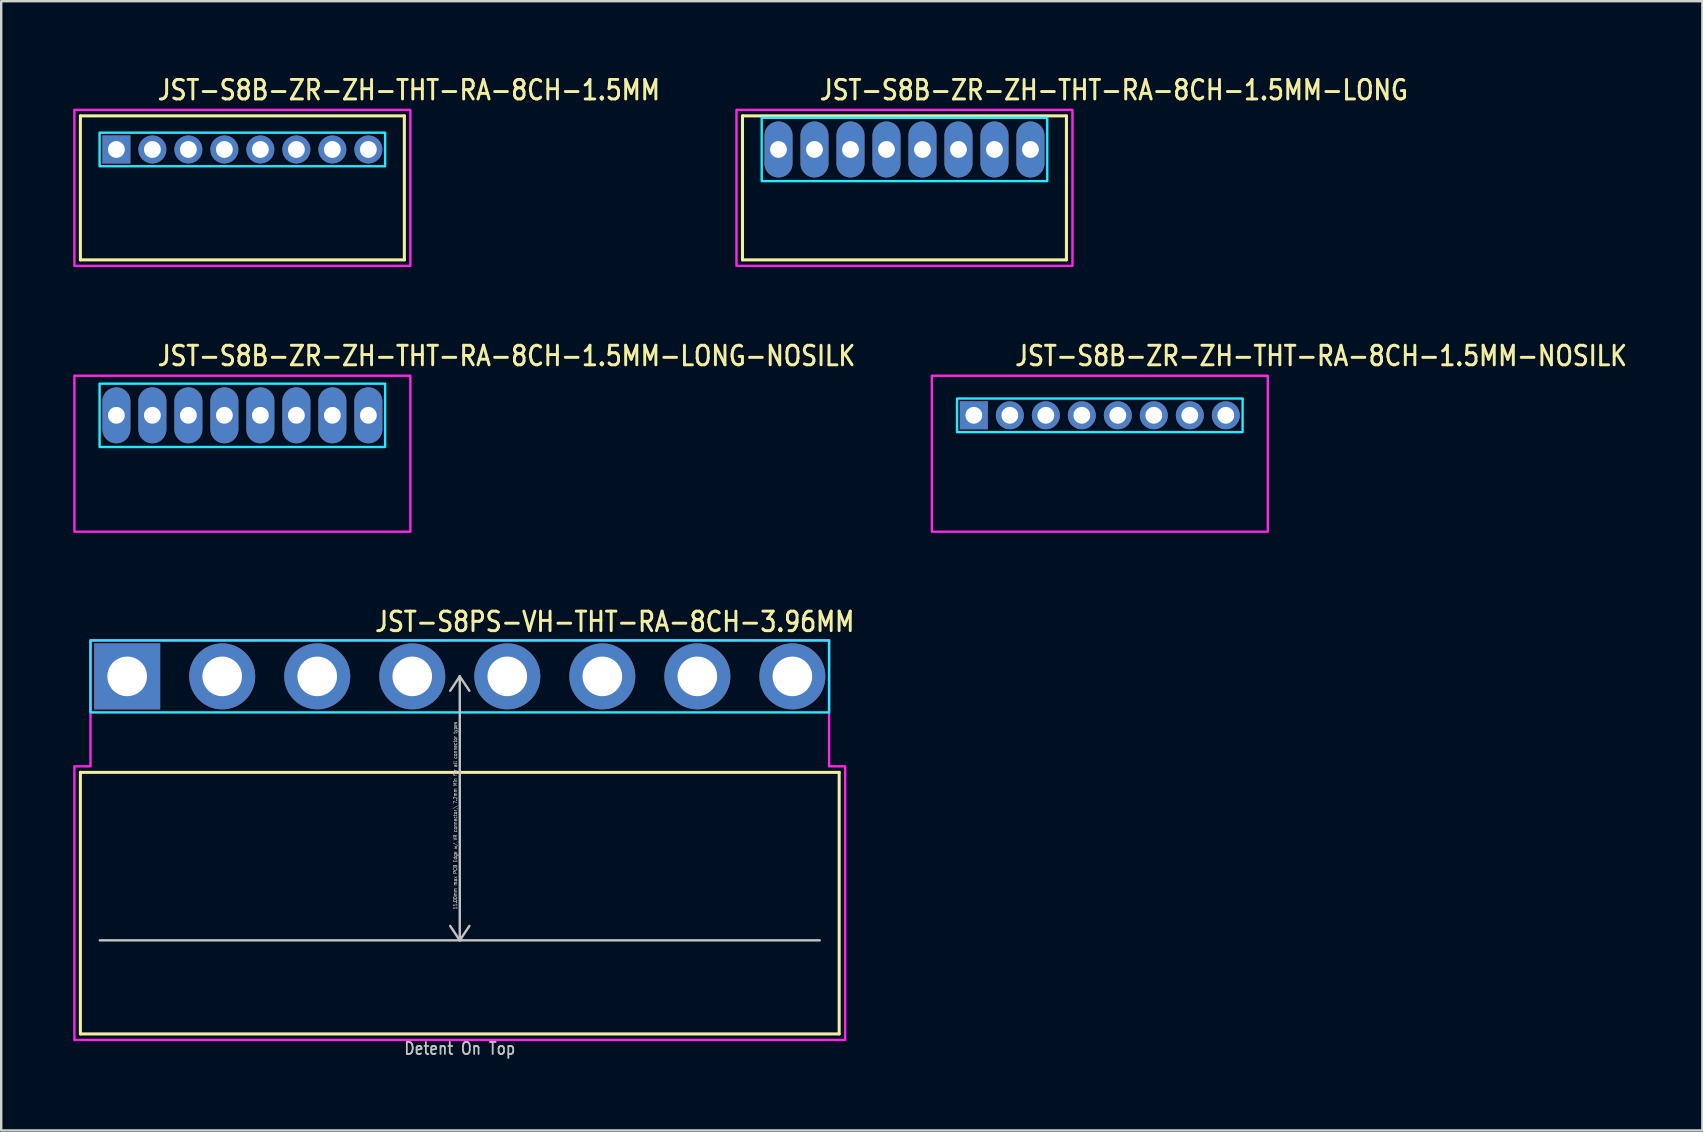
<source format=kicad_pcb>
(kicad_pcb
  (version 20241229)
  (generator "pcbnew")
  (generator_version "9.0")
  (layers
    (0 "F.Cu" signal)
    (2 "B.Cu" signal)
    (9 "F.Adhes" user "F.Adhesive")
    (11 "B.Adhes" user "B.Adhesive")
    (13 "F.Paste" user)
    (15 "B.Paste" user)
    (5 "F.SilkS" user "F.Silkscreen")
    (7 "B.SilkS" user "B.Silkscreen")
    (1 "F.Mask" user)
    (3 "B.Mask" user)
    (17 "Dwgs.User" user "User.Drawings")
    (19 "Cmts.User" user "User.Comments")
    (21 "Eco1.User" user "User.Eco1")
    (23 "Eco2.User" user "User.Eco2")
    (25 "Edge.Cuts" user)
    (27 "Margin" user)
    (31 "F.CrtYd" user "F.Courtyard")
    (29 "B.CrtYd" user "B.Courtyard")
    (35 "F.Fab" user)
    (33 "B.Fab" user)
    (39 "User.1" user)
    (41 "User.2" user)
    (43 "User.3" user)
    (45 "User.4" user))
  (footprint "JST-S8PS-VH-THT-RA-8CH-3.96MM"
    (layer "F.Cu")
    (at 16.11 25.136)
    (property "Reference" "JST-S8PS-VH-THT-RA-8CH-3.96MM" (at -3.6 -1.8 0) (unlocked yes) (layer "F.SilkS") (effects (font (size 0.813 0.695) (thickness 0.122)) (justify left bottom)))
    (fp_line (start -15.81 4) (end 15.81 4) (stroke (width 0.127) (type solid)) (layer "F.SilkS"))
    (fp_line (start -15.81 14.9) (end -15.81 4) (stroke (width 0.127) (type solid)) (layer "F.SilkS"))
    (fp_line (start -15.81 14.9) (end 15.81 14.9) (stroke (width 0.127) (type solid)) (layer "F.SilkS"))
    (fp_line (start 15.81 4) (end 15.81 14.9) (stroke (width 0.127) (type solid)) (layer "F.SilkS"))
    (fp_line (start -15 11) (end 15 11) (stroke (width 0.1) (type solid)) (layer "Dwgs.User"))
    (fp_line (start 0 0) (end -0.4 0.6) (stroke (width 0.1) (type solid)) (layer "Dwgs.User"))
    (fp_line (start 0 0) (end 0 11) (stroke (width 0.1) (type solid)) (layer "Dwgs.User"))
    (fp_line (start 0 0) (end 0.4 0.6) (stroke (width 0.1) (type solid)) (layer "Dwgs.User"))
    (fp_line (start 0 11) (end -0.4 10.4) (stroke (width 0.1) (type solid)) (layer "Dwgs.User"))
    (fp_line (start 0 11) (end 0.4 10.4) (stroke (width 0.1) (type solid)) (layer "Dwgs.User"))
    (fp_poly (pts (xy -15.39 -1.5) (xy -15.39 1.5) (xy 15.39 1.5) (xy 15.39 -1.5)) (stroke (width 0.1) (type solid)) (fill no) (layer "B.CrtYd"))
    (fp_poly (pts (xy -16.06 3.75) (xy -16.06 15.15) (xy 16.06 15.15) (xy 16.06 3.75) (xy 15.39 3.75) (xy 15.39 -1.5) (xy -15.39 -1.5) (xy -15.39 3.75)) (stroke (width 0.1) (type solid)) (fill no) (layer "F.CrtYd"))
    (fp_text user "Detent On Top" (at 0 15.8 0) (unlocked yes) (layer "Dwgs.User") (effects (font (size 0.5 0.427) (thickness 0.075)) (justify bottom)))
    (fp_text user "11.00mm max PCB Edge w/ VR connector,\\ 7.2mm Min for all connector types" (at -0.1 5.8 90) (unlocked yes) (layer "Dwgs.User") (effects (font (size 0.15 0.128) (thickness 0.022)) (justify bottom)))
    (pad "P$1" thru_hole rect (at -13.86 0) (size 2.75 2.75) (drill 1.65) (layers "*.Cu" "*.Mask"))
    (pad "P$2" thru_hole oval (at -9.9 0) (size 2.75 2.75) (drill 1.65) (layers "*.Cu" "*.Mask"))
    (pad "P$3" thru_hole oval (at -5.94 0) (size 2.75 2.75) (drill 1.65) (layers "*.Cu" "*.Mask"))
    (pad "P$4" thru_hole oval (at -1.98 0) (size 2.75 2.75) (drill 1.65) (layers "*.Cu" "*.Mask"))
    (pad "P$5" thru_hole oval (at 1.98 0) (size 2.75 2.75) (drill 1.65) (layers "*.Cu" "*.Mask"))
    (pad "P$6" thru_hole oval (at 5.94 0) (size 2.75 2.75) (drill 1.65) (layers "*.Cu" "*.Mask"))
    (pad "P$7" thru_hole oval (at 9.9 0) (size 2.75 2.75) (drill 1.65) (layers "*.Cu" "*.Mask"))
    (pad "P$8" thru_hole oval (at 13.86 0) (size 2.75 2.75) (drill 1.65) (layers "*.Cu" "*.Mask")))
  (footprint "JST-S8B-ZR-ZH-THT-RA-8CH-1.5MM"
    (layer "F.Cu")
    (at 7.05 3.179)
    (property "Reference" "JST-S8B-ZR-ZH-THT-RA-8CH-1.5MM" (at -3.6 -2 0) (unlocked yes) (layer "F.SilkS") (effects (font (size 0.813 0.695) (thickness 0.122)) (justify left bottom)))
    (fp_line (start -6.75 -1.4) (end 6.75 -1.4) (stroke (width 0.127) (type solid)) (layer "F.SilkS"))
    (fp_line (start -6.75 4.6) (end -6.75 -1.4) (stroke (width 0.127) (type solid)) (layer "F.SilkS"))
    (fp_line (start -6.75 4.6) (end 6.75 4.6) (stroke (width 0.127) (type solid)) (layer "F.SilkS"))
    (fp_line (start 6.75 -1.4) (end 6.75 4.6) (stroke (width 0.127) (type solid)) (layer "F.SilkS"))
    (fp_poly (pts (xy -5.95 -0.7) (xy -5.95 0.7) (xy 5.95 0.7) (xy 5.95 -0.7)) (stroke (width 0.1) (type solid)) (fill no) (layer "B.CrtYd"))
    (fp_poly (pts (xy -7 -1.65) (xy -7 4.85) (xy 7 4.85) (xy 7 -1.65)) (stroke (width 0.1) (type solid)) (fill no) (layer "F.CrtYd"))
    (pad "P$1" thru_hole rect (at -5.25 0) (size 1.167 1.167) (drill 0.7) (layers "*.Cu" "*.Mask"))
    (pad "P$2" thru_hole oval (at -3.75 0) (size 1.167 1.167) (drill 0.7) (layers "*.Cu" "*.Mask"))
    (pad "P$3" thru_hole oval (at -2.25 0) (size 1.167 1.167) (drill 0.7) (layers "*.Cu" "*.Mask"))
    (pad "P$4" thru_hole oval (at -0.75 0) (size 1.167 1.167) (drill 0.7) (layers "*.Cu" "*.Mask"))
    (pad "P$5" thru_hole oval (at 0.75 0) (size 1.167 1.167) (drill 0.7) (layers "*.Cu" "*.Mask"))
    (pad "P$6" thru_hole oval (at 2.25 0) (size 1.167 1.167) (drill 0.7) (layers "*.Cu" "*.Mask"))
    (pad "P$7" thru_hole oval (at 3.75 0) (size 1.167 1.167) (drill 0.7) (layers "*.Cu" "*.Mask"))
    (pad "P$8" thru_hole oval (at 5.25 0) (size 1.167 1.167) (drill 0.7) (layers "*.Cu" "*.Mask")))
  (footprint "JST-S8B-ZR-ZH-THT-RA-8CH-1.5MM-LONG-NOSILK"
    (layer "F.Cu")
    (at 7.05 14.257)
    (property "Reference" "JST-S8B-ZR-ZH-THT-RA-8CH-1.5MM-LONG-NOSILK" (at -3.6 -2 0) (unlocked yes) (layer "F.SilkS") (effects (font (size 0.813 0.695) (thickness 0.122)) (justify left bottom)))
    (fp_poly (pts (xy -5.95 -1.32) (xy -5.95 1.32) (xy 5.95 1.32) (xy 5.95 -1.32)) (stroke (width 0.1) (type solid)) (fill no) (layer "B.CrtYd"))
    (fp_poly (pts (xy -7 -1.65) (xy -7 4.85) (xy 7 4.85) (xy 7 -1.65)) (stroke (width 0.1) (type solid)) (fill no) (layer "F.CrtYd"))
    (pad "P$1" thru_hole oval (at -5.25 0 90) (size 2.333 1.167) (drill 0.7) (layers "*.Cu" "*.Mask"))
    (pad "P$2" thru_hole oval (at -3.75 0 90) (size 2.333 1.167) (drill 0.7) (layers "*.Cu" "*.Mask"))
    (pad "P$3" thru_hole oval (at -2.25 0 90) (size 2.333 1.167) (drill 0.7) (layers "*.Cu" "*.Mask"))
    (pad "P$4" thru_hole oval (at -0.75 0 90) (size 2.333 1.167) (drill 0.7) (layers "*.Cu" "*.Mask"))
    (pad "P$5" thru_hole oval (at 0.75 0 90) (size 2.333 1.167) (drill 0.7) (layers "*.Cu" "*.Mask"))
    (pad "P$6" thru_hole oval (at 2.25 0 90) (size 2.333 1.167) (drill 0.7) (layers "*.Cu" "*.Mask"))
    (pad "P$7" thru_hole oval (at 3.75 0 90) (size 2.333 1.167) (drill 0.7) (layers "*.Cu" "*.Mask"))
    (pad "P$8" thru_hole oval (at 5.25 0 90) (size 2.333 1.167) (drill 0.7) (layers "*.Cu" "*.Mask")))
  (footprint "JST-S8B-ZR-ZH-THT-RA-8CH-1.5MM-NOSILK"
    (layer "F.Cu")
    (at 42.782 14.257)
    (property "Reference" "JST-S8B-ZR-ZH-THT-RA-8CH-1.5MM-NOSILK" (at -3.6 -2 0) (unlocked yes) (layer "F.SilkS") (effects (font (size 0.813 0.695) (thickness 0.122)) (justify left bottom)))
    (fp_poly (pts (xy -5.95 -0.7) (xy -5.95 0.7) (xy 5.95 0.7) (xy 5.95 -0.7)) (stroke (width 0.1) (type solid)) (fill no) (layer "B.CrtYd"))
    (fp_poly (pts (xy -7 -1.65) (xy -7 4.85) (xy 7 4.85) (xy 7 -1.65)) (stroke (width 0.1) (type solid)) (fill no) (layer "F.CrtYd"))
    (pad "P$1" thru_hole rect (at -5.25 0) (size 1.167 1.167) (drill 0.7) (layers "*.Cu" "*.Mask"))
    (pad "P$2" thru_hole oval (at -3.75 0) (size 1.167 1.167) (drill 0.7) (layers "*.Cu" "*.Mask"))
    (pad "P$3" thru_hole oval (at -2.25 0) (size 1.167 1.167) (drill 0.7) (layers "*.Cu" "*.Mask"))
    (pad "P$4" thru_hole oval (at -0.75 0) (size 1.167 1.167) (drill 0.7) (layers "*.Cu" "*.Mask"))
    (pad "P$5" thru_hole oval (at 0.75 0) (size 1.167 1.167) (drill 0.7) (layers "*.Cu" "*.Mask"))
    (pad "P$6" thru_hole oval (at 2.25 0) (size 1.167 1.167) (drill 0.7) (layers "*.Cu" "*.Mask"))
    (pad "P$7" thru_hole oval (at 3.75 0) (size 1.167 1.167) (drill 0.7) (layers "*.Cu" "*.Mask"))
    (pad "P$8" thru_hole oval (at 5.25 0) (size 1.167 1.167) (drill 0.7) (layers "*.Cu" "*.Mask")))
  (footprint "JST-S8B-ZR-ZH-THT-RA-8CH-1.5MM-LONG"
    (layer "F.Cu")
    (at 34.641 3.179)
    (property "Reference" "JST-S8B-ZR-ZH-THT-RA-8CH-1.5MM-LONG" (at -3.6 -2 0) (unlocked yes) (layer "F.SilkS") (effects (font (size 0.813 0.695) (thickness 0.122)) (justify left bottom)))
    (fp_line (start -6.75 -1.4) (end 6.75 -1.4) (stroke (width 0.127) (type solid)) (layer "F.SilkS"))
    (fp_line (start -6.75 4.6) (end -6.75 -1.4) (stroke (width 0.127) (type solid)) (layer "F.SilkS"))
    (fp_line (start -6.75 4.6) (end 6.75 4.6) (stroke (width 0.127) (type solid)) (layer "F.SilkS"))
    (fp_line (start 6.75 -1.4) (end 6.75 4.6) (stroke (width 0.127) (type solid)) (layer "F.SilkS"))
    (fp_poly (pts (xy -5.95 -1.32) (xy -5.95 1.32) (xy 5.95 1.32) (xy 5.95 -1.32)) (stroke (width 0.1) (type solid)) (fill no) (layer "B.CrtYd"))
    (fp_poly (pts (xy -7 -1.65) (xy -7 4.85) (xy 7 4.85) (xy 7 -1.65)) (stroke (width 0.1) (type solid)) (fill no) (layer "F.CrtYd"))
    (pad "P$1" thru_hole oval (at -5.25 0 90) (size 2.333 1.167) (drill 0.7) (layers "*.Cu" "*.Mask"))
    (pad "P$2" thru_hole oval (at -3.75 0 90) (size 2.333 1.167) (drill 0.7) (layers "*.Cu" "*.Mask"))
    (pad "P$3" thru_hole oval (at -2.25 0 90) (size 2.333 1.167) (drill 0.7) (layers "*.Cu" "*.Mask"))
    (pad "P$4" thru_hole oval (at -0.75 0 90) (size 2.333 1.167) (drill 0.7) (layers "*.Cu" "*.Mask"))
    (pad "P$5" thru_hole oval (at 0.75 0 90) (size 2.333 1.167) (drill 0.7) (layers "*.Cu" "*.Mask"))
    (pad "P$6" thru_hole oval (at 2.25 0 90) (size 2.333 1.167) (drill 0.7) (layers "*.Cu" "*.Mask"))
    (pad "P$7" thru_hole oval (at 3.75 0 90) (size 2.333 1.167) (drill 0.7) (layers "*.Cu" "*.Mask"))
    (pad "P$8" thru_hole oval (at 5.25 0 90) (size 2.333 1.167) (drill 0.7) (layers "*.Cu" "*.Mask")))
  (gr_rect
    (start -3 -3)
    (end 67.89 44.059)
    (stroke (width 0.1) (type default))
    (fill no)
    (layer "Edge.Cuts")))
</source>
